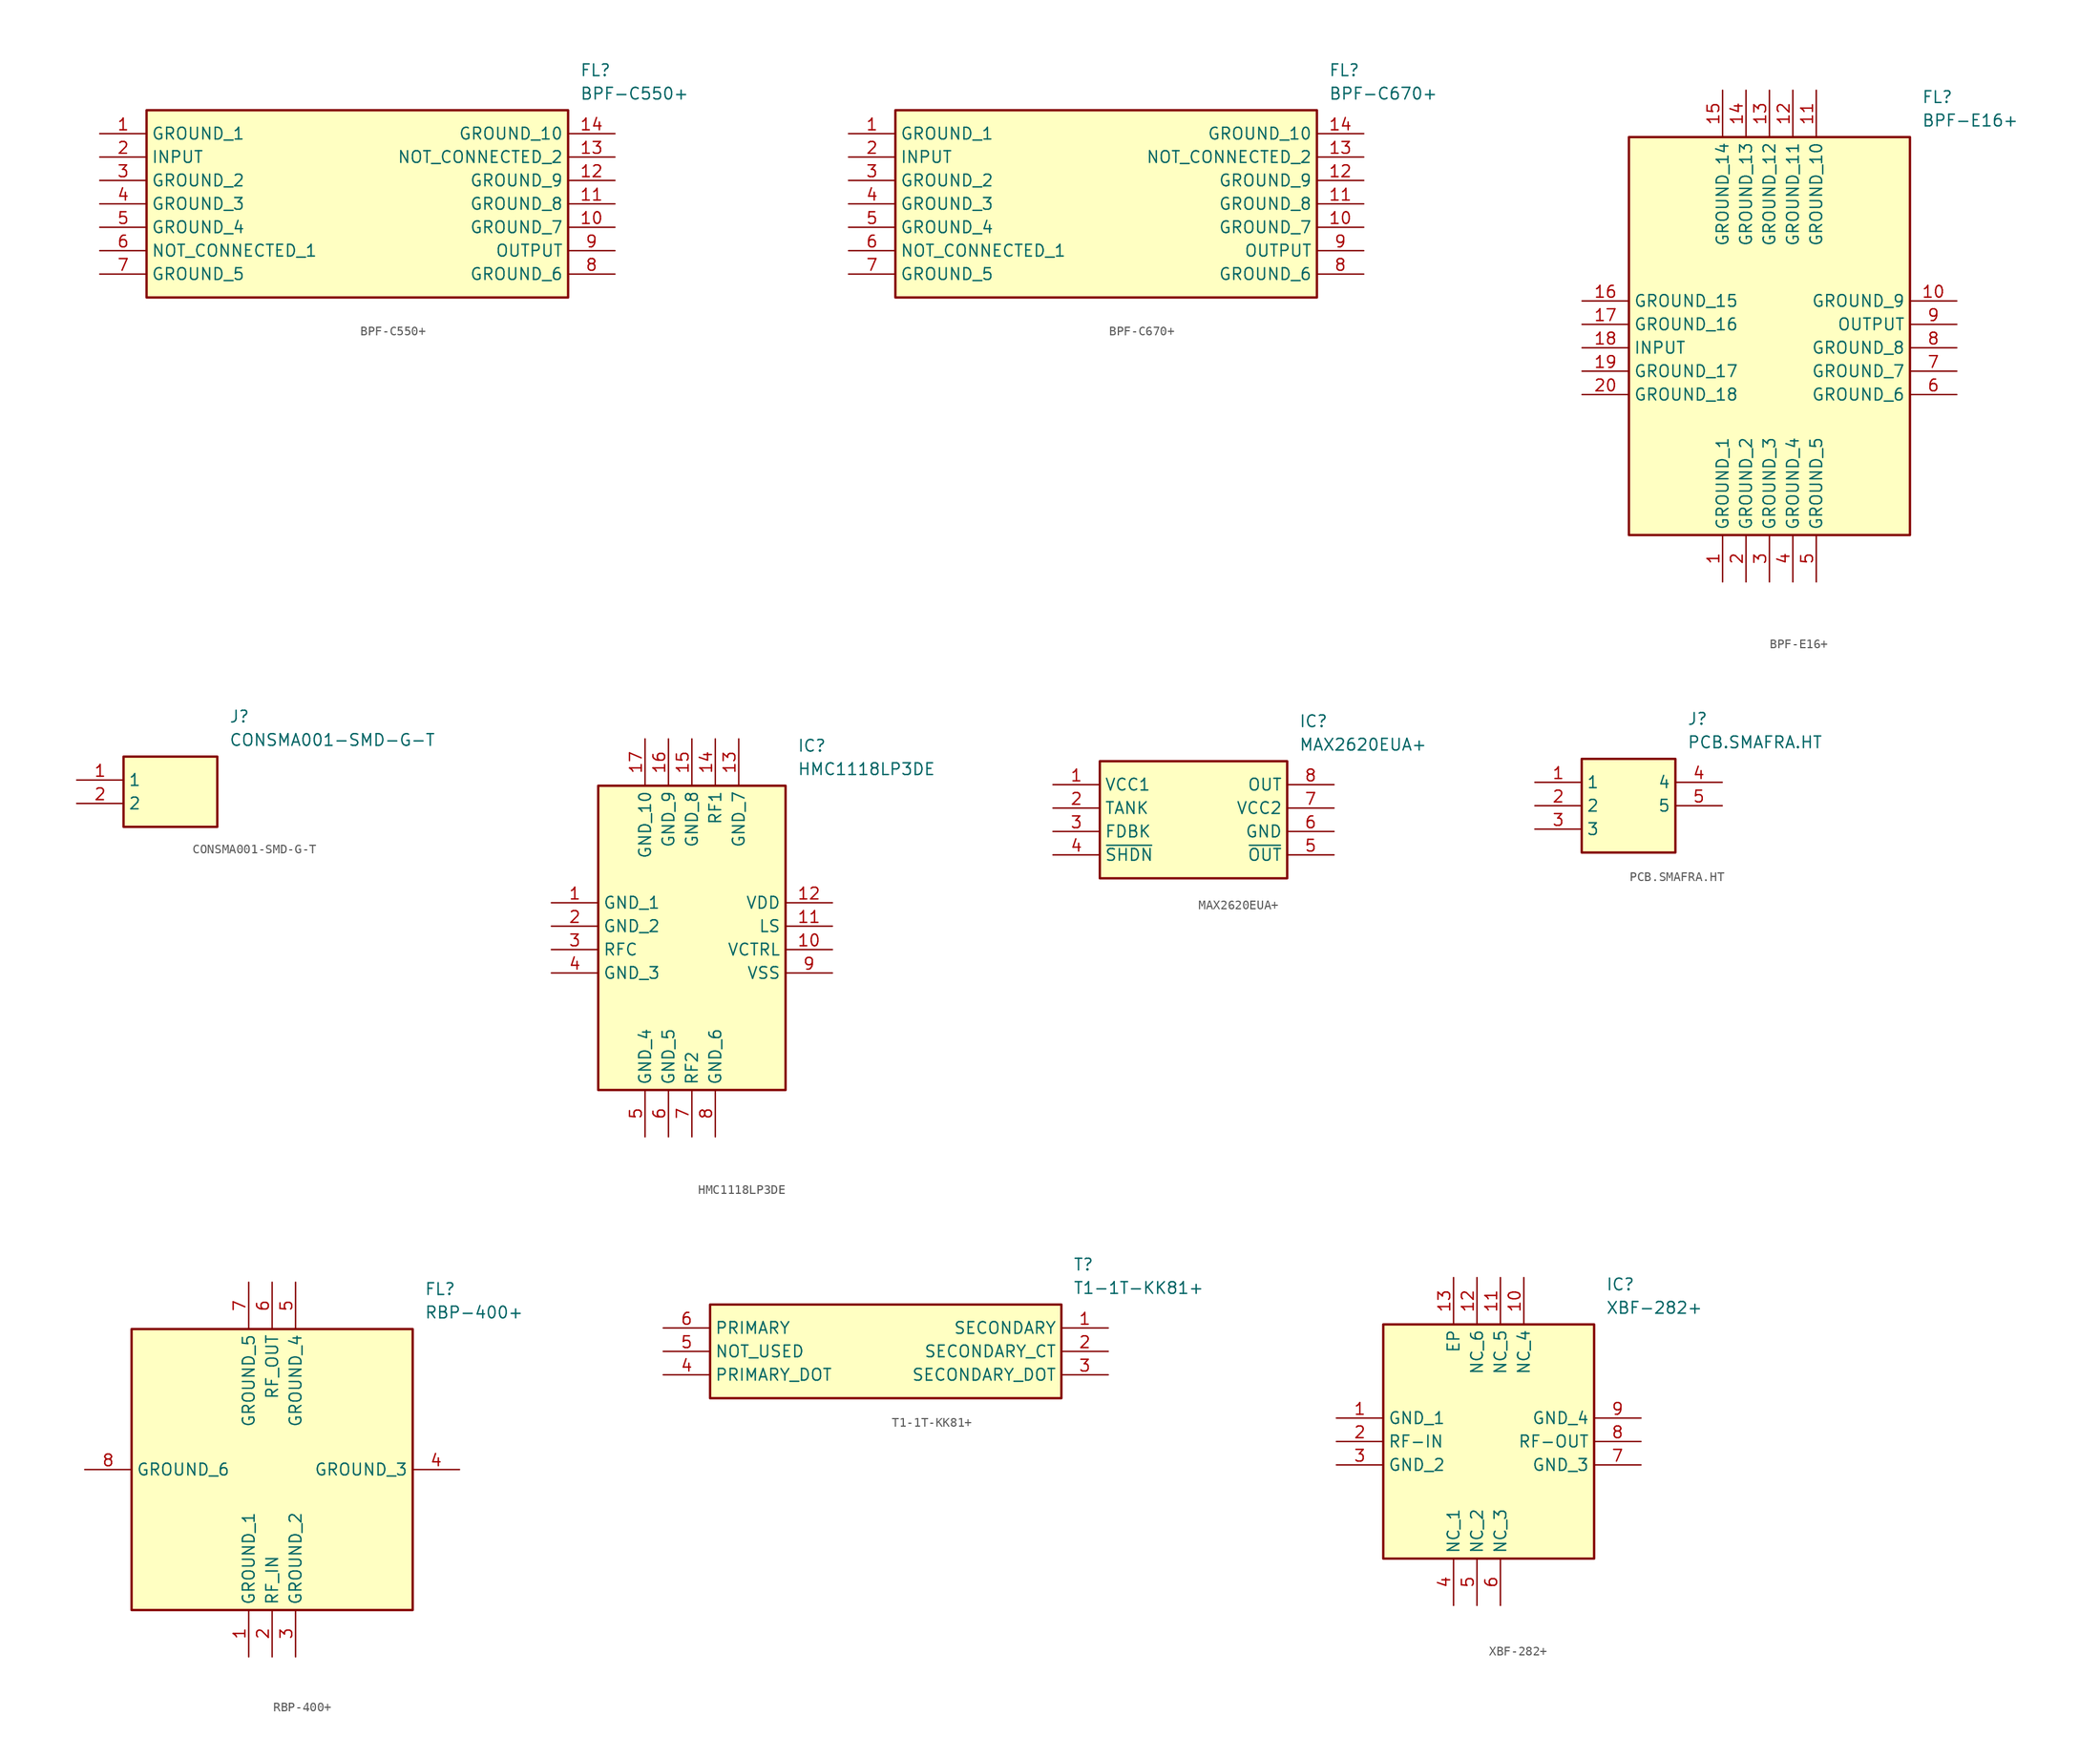
<source format=kicad_sym>
(kicad_symbol_lib
  (version 20220914)
  (generator kicad_symbol_editor)
  (symbol "BPF-C550+"
    (property "Reference" "FL"
      (at 52.07 7.62 0)
      (effects (font (size 1.27 1.27)) (justify left top)))
    (property "Value" "BPF-C550+"
      (at 52.07 5.08 0)
      (effects (font (size 1.27 1.27)) (justify left top)))
    (symbol "BPF-C550+_1_1"
      (rectangle (start 5.08 2.54) (end 50.8 -17.78) (stroke (width 0.254) (type default)) (fill (type background)))
      (pin passive line (at 0 0 0) (length 5.08) (name "GROUND_1" (effects (font (size 1.27 1.27)))) (number "1" (effects (font (size 1.27 1.27)))))
      (pin passive line (at 55.88 -10.16 180) (length 5.08) (name "GROUND_7" (effects (font (size 1.27 1.27)))) (number "10" (effects (font (size 1.27 1.27)))))
      (pin passive line (at 55.88 -7.62 180) (length 5.08) (name "GROUND_8" (effects (font (size 1.27 1.27)))) (number "11" (effects (font (size 1.27 1.27)))))
      (pin passive line (at 55.88 -5.08 180) (length 5.08) (name "GROUND_9" (effects (font (size 1.27 1.27)))) (number "12" (effects (font (size 1.27 1.27)))))
      (pin passive line (at 55.88 -2.54 180) (length 5.08) (name "NOT_CONNECTED_2" (effects (font (size 1.27 1.27)))) (number "13" (effects (font (size 1.27 1.27)))))
      (pin passive line (at 55.88 0 180) (length 5.08) (name "GROUND_10" (effects (font (size 1.27 1.27)))) (number "14" (effects (font (size 1.27 1.27)))))
      (pin passive line (at 0 -2.54 0) (length 5.08) (name "INPUT" (effects (font (size 1.27 1.27)))) (number "2" (effects (font (size 1.27 1.27)))))
      (pin passive line (at 0 -5.08 0) (length 5.08) (name "GROUND_2" (effects (font (size 1.27 1.27)))) (number "3" (effects (font (size 1.27 1.27)))))
      (pin passive line (at 0 -7.62 0) (length 5.08) (name "GROUND_3" (effects (font (size 1.27 1.27)))) (number "4" (effects (font (size 1.27 1.27)))))
      (pin passive line (at 0 -10.16 0) (length 5.08) (name "GROUND_4" (effects (font (size 1.27 1.27)))) (number "5" (effects (font (size 1.27 1.27)))))
      (pin passive line (at 0 -12.7 0) (length 5.08) (name "NOT_CONNECTED_1" (effects (font (size 1.27 1.27)))) (number "6" (effects (font (size 1.27 1.27)))))
      (pin passive line (at 0 -15.24 0) (length 5.08) (name "GROUND_5" (effects (font (size 1.27 1.27)))) (number "7" (effects (font (size 1.27 1.27)))))
      (pin passive line (at 55.88 -15.24 180) (length 5.08) (name "GROUND_6" (effects (font (size 1.27 1.27)))) (number "8" (effects (font (size 1.27 1.27)))))
      (pin passive line (at 55.88 -12.7 180) (length 5.08) (name "OUTPUT" (effects (font (size 1.27 1.27)))) (number "9" (effects (font (size 1.27 1.27)))))))
  (symbol "BPF-C670+"
    (property "Reference" "FL"
      (at 52.07 7.62 0)
      (effects (font (size 1.27 1.27)) (justify left top)))
    (property "Value" "BPF-C670+"
      (at 52.07 5.08 0)
      (effects (font (size 1.27 1.27)) (justify left top)))
    (symbol "BPF-C670+_1_1"
      (rectangle (start 5.08 2.54) (end 50.8 -17.78) (stroke (width 0.254) (type default)) (fill (type background)))
      (pin passive line (at 0 0 0) (length 5.08) (name "GROUND_1" (effects (font (size 1.27 1.27)))) (number "1" (effects (font (size 1.27 1.27)))))
      (pin passive line (at 55.88 -10.16 180) (length 5.08) (name "GROUND_7" (effects (font (size 1.27 1.27)))) (number "10" (effects (font (size 1.27 1.27)))))
      (pin passive line (at 55.88 -7.62 180) (length 5.08) (name "GROUND_8" (effects (font (size 1.27 1.27)))) (number "11" (effects (font (size 1.27 1.27)))))
      (pin passive line (at 55.88 -5.08 180) (length 5.08) (name "GROUND_9" (effects (font (size 1.27 1.27)))) (number "12" (effects (font (size 1.27 1.27)))))
      (pin passive line (at 55.88 -2.54 180) (length 5.08) (name "NOT_CONNECTED_2" (effects (font (size 1.27 1.27)))) (number "13" (effects (font (size 1.27 1.27)))))
      (pin passive line (at 55.88 0 180) (length 5.08) (name "GROUND_10" (effects (font (size 1.27 1.27)))) (number "14" (effects (font (size 1.27 1.27)))))
      (pin passive line (at 0 -2.54 0) (length 5.08) (name "INPUT" (effects (font (size 1.27 1.27)))) (number "2" (effects (font (size 1.27 1.27)))))
      (pin passive line (at 0 -5.08 0) (length 5.08) (name "GROUND_2" (effects (font (size 1.27 1.27)))) (number "3" (effects (font (size 1.27 1.27)))))
      (pin passive line (at 0 -7.62 0) (length 5.08) (name "GROUND_3" (effects (font (size 1.27 1.27)))) (number "4" (effects (font (size 1.27 1.27)))))
      (pin passive line (at 0 -10.16 0) (length 5.08) (name "GROUND_4" (effects (font (size 1.27 1.27)))) (number "5" (effects (font (size 1.27 1.27)))))
      (pin passive line (at 0 -12.7 0) (length 5.08) (name "NOT_CONNECTED_1" (effects (font (size 1.27 1.27)))) (number "6" (effects (font (size 1.27 1.27)))))
      (pin passive line (at 0 -15.24 0) (length 5.08) (name "GROUND_5" (effects (font (size 1.27 1.27)))) (number "7" (effects (font (size 1.27 1.27)))))
      (pin passive line (at 55.88 -15.24 180) (length 5.08) (name "GROUND_6" (effects (font (size 1.27 1.27)))) (number "8" (effects (font (size 1.27 1.27)))))
      (pin passive line (at 55.88 -12.7 180) (length 5.08) (name "OUTPUT" (effects (font (size 1.27 1.27)))) (number "9" (effects (font (size 1.27 1.27)))))))
  (symbol "BPF-E16+"
    (property "Reference" "FL"
      (at 36.83 22.86 0)
      (effects (font (size 1.27 1.27)) (justify left top)))
    (property "Value" "BPF-E16+"
      (at 36.83 20.32 0)
      (effects (font (size 1.27 1.27)) (justify left top)))
    (symbol "BPF-E16+_1_1"
      (rectangle (start 5.08 17.78) (end 35.56 -25.4) (stroke (width 0.254) (type default)) (fill (type background)))
      (pin passive line (at 15.24 -30.48 90) (length 5.08) (name "GROUND_1" (effects (font (size 1.27 1.27)))) (number "1" (effects (font (size 1.27 1.27)))))
      (pin passive line (at 40.64 0 180) (length 5.08) (name "GROUND_9" (effects (font (size 1.27 1.27)))) (number "10" (effects (font (size 1.27 1.27)))))
      (pin passive line (at 25.4 22.86 270) (length 5.08) (name "GROUND_10" (effects (font (size 1.27 1.27)))) (number "11" (effects (font (size 1.27 1.27)))))
      (pin passive line (at 22.86 22.86 270) (length 5.08) (name "GROUND_11" (effects (font (size 1.27 1.27)))) (number "12" (effects (font (size 1.27 1.27)))))
      (pin passive line (at 20.32 22.86 270) (length 5.08) (name "GROUND_12" (effects (font (size 1.27 1.27)))) (number "13" (effects (font (size 1.27 1.27)))))
      (pin passive line (at 17.78 22.86 270) (length 5.08) (name "GROUND_13" (effects (font (size 1.27 1.27)))) (number "14" (effects (font (size 1.27 1.27)))))
      (pin passive line (at 15.24 22.86 270) (length 5.08) (name "GROUND_14" (effects (font (size 1.27 1.27)))) (number "15" (effects (font (size 1.27 1.27)))))
      (pin passive line (at 0 0 0) (length 5.08) (name "GROUND_15" (effects (font (size 1.27 1.27)))) (number "16" (effects (font (size 1.27 1.27)))))
      (pin passive line (at 0 -2.54 0) (length 5.08) (name "GROUND_16" (effects (font (size 1.27 1.27)))) (number "17" (effects (font (size 1.27 1.27)))))
      (pin passive line (at 0 -5.08 0) (length 5.08) (name "INPUT" (effects (font (size 1.27 1.27)))) (number "18" (effects (font (size 1.27 1.27)))))
      (pin passive line (at 0 -7.62 0) (length 5.08) (name "GROUND_17" (effects (font (size 1.27 1.27)))) (number "19" (effects (font (size 1.27 1.27)))))
      (pin passive line (at 17.78 -30.48 90) (length 5.08) (name "GROUND_2" (effects (font (size 1.27 1.27)))) (number "2" (effects (font (size 1.27 1.27)))))
      (pin passive line (at 0 -10.16 0) (length 5.08) (name "GROUND_18" (effects (font (size 1.27 1.27)))) (number "20" (effects (font (size 1.27 1.27)))))
      (pin passive line (at 20.32 -30.48 90) (length 5.08) (name "GROUND_3" (effects (font (size 1.27 1.27)))) (number "3" (effects (font (size 1.27 1.27)))))
      (pin passive line (at 22.86 -30.48 90) (length 5.08) (name "GROUND_4" (effects (font (size 1.27 1.27)))) (number "4" (effects (font (size 1.27 1.27)))))
      (pin passive line (at 25.4 -30.48 90) (length 5.08) (name "GROUND_5" (effects (font (size 1.27 1.27)))) (number "5" (effects (font (size 1.27 1.27)))))
      (pin passive line (at 40.64 -10.16 180) (length 5.08) (name "GROUND_6" (effects (font (size 1.27 1.27)))) (number "6" (effects (font (size 1.27 1.27)))))
      (pin passive line (at 40.64 -7.62 180) (length 5.08) (name "GROUND_7" (effects (font (size 1.27 1.27)))) (number "7" (effects (font (size 1.27 1.27)))))
      (pin passive line (at 40.64 -5.08 180) (length 5.08) (name "GROUND_8" (effects (font (size 1.27 1.27)))) (number "8" (effects (font (size 1.27 1.27)))))
      (pin passive line (at 40.64 -2.54 180) (length 5.08) (name "OUTPUT" (effects (font (size 1.27 1.27)))) (number "9" (effects (font (size 1.27 1.27)))))))
  (symbol "CONSMA001-SMD-G-T"
    (property "Reference" "J"
      (at 16.51 7.62 0)
      (effects (font (size 1.27 1.27)) (justify left top)))
    (property "Value" "CONSMA001-SMD-G-T"
      (at 16.51 5.08 0)
      (effects (font (size 1.27 1.27)) (justify left top)))
    (symbol "CONSMA001-SMD-G-T_1_1"
      (rectangle (start 5.08 2.54) (end 15.24 -5.08) (stroke (width 0.254) (type default)) (fill (type background)))
      (pin passive line (at 0 0 0) (length 5.08) (name "1" (effects (font (size 1.27 1.27)))) (number "1" (effects (font (size 1.27 1.27)))))
      (pin passive line (at 0 -2.54 0) (length 5.08) (name "2" (effects (font (size 1.27 1.27)))) (number "2" (effects (font (size 1.27 1.27)))))))
  (symbol "HMC1118LP3DE"
    (property "Reference" "IC"
      (at 26.67 17.78 0)
      (effects (font (size 1.27 1.27)) (justify left top)))
    (property "Value" "HMC1118LP3DE"
      (at 26.67 15.24 0)
      (effects (font (size 1.27 1.27)) (justify left top)))
    (symbol "HMC1118LP3DE_1_1"
      (rectangle (start 5.08 12.7) (end 25.4 -20.32) (stroke (width 0.254) (type default)) (fill (type background)))
      (pin passive line (at 0 0 0) (length 5.08) (name "GND_1" (effects (font (size 1.27 1.27)))) (number "1" (effects (font (size 1.27 1.27)))))
      (pin passive line (at 30.48 -5.08 180) (length 5.08) (name "VCTRL" (effects (font (size 1.27 1.27)))) (number "10" (effects (font (size 1.27 1.27)))))
      (pin passive line (at 30.48 -2.54 180) (length 5.08) (name "LS" (effects (font (size 1.27 1.27)))) (number "11" (effects (font (size 1.27 1.27)))))
      (pin passive line (at 30.48 0 180) (length 5.08) (name "VDD" (effects (font (size 1.27 1.27)))) (number "12" (effects (font (size 1.27 1.27)))))
      (pin passive line (at 20.32 17.78 270) (length 5.08) (name "GND_7" (effects (font (size 1.27 1.27)))) (number "13" (effects (font (size 1.27 1.27)))))
      (pin passive line (at 17.78 17.78 270) (length 5.08) (name "RF1" (effects (font (size 1.27 1.27)))) (number "14" (effects (font (size 1.27 1.27)))))
      (pin passive line (at 15.24 17.78 270) (length 5.08) (name "GND_8" (effects (font (size 1.27 1.27)))) (number "15" (effects (font (size 1.27 1.27)))))
      (pin passive line (at 12.7 17.78 270) (length 5.08) (name "GND_9" (effects (font (size 1.27 1.27)))) (number "16" (effects (font (size 1.27 1.27)))))
      (pin passive line (at 10.16 17.78 270) (length 5.08) (name "GND_10" (effects (font (size 1.27 1.27)))) (number "17" (effects (font (size 1.27 1.27)))))
      (pin passive line (at 0 -2.54 0) (length 5.08) (name "GND_2" (effects (font (size 1.27 1.27)))) (number "2" (effects (font (size 1.27 1.27)))))
      (pin passive line (at 0 -5.08 0) (length 5.08) (name "RFC" (effects (font (size 1.27 1.27)))) (number "3" (effects (font (size 1.27 1.27)))))
      (pin passive line (at 0 -7.62 0) (length 5.08) (name "GND_3" (effects (font (size 1.27 1.27)))) (number "4" (effects (font (size 1.27 1.27)))))
      (pin passive line (at 10.16 -25.4 90) (length 5.08) (name "GND_4" (effects (font (size 1.27 1.27)))) (number "5" (effects (font (size 1.27 1.27)))))
      (pin passive line (at 12.7 -25.4 90) (length 5.08) (name "GND_5" (effects (font (size 1.27 1.27)))) (number "6" (effects (font (size 1.27 1.27)))))
      (pin passive line (at 15.24 -25.4 90) (length 5.08) (name "RF2" (effects (font (size 1.27 1.27)))) (number "7" (effects (font (size 1.27 1.27)))))
      (pin passive line (at 17.78 -25.4 90) (length 5.08) (name "GND_6" (effects (font (size 1.27 1.27)))) (number "8" (effects (font (size 1.27 1.27)))))
      (pin passive line (at 30.48 -7.62 180) (length 5.08) (name "VSS" (effects (font (size 1.27 1.27)))) (number "9" (effects (font (size 1.27 1.27)))))))
  (symbol "MAX2620EUA+"
    (property "Reference" "IC"
      (at 26.67 7.62 0)
      (effects (font (size 1.27 1.27)) (justify left top)))
    (property "Value" "MAX2620EUA+"
      (at 26.67 5.08 0)
      (effects (font (size 1.27 1.27)) (justify left top)))
    (symbol "MAX2620EUA+_1_1"
      (rectangle (start 5.08 2.54) (end 25.4 -10.16) (stroke (width 0.254) (type default)) (fill (type background)))
      (pin passive line (at 0 0 0) (length 5.08) (name "VCC1" (effects (font (size 1.27 1.27)))) (number "1" (effects (font (size 1.27 1.27)))))
      (pin passive line (at 0 -2.54 0) (length 5.08) (name "TANK" (effects (font (size 1.27 1.27)))) (number "2" (effects (font (size 1.27 1.27)))))
      (pin passive line (at 0 -5.08 0) (length 5.08) (name "FDBK" (effects (font (size 1.27 1.27)))) (number "3" (effects (font (size 1.27 1.27)))))
      (pin passive line (at 0 -7.62 0) (length 5.08) (name "~{SHDN}" (effects (font (size 1.27 1.27)))) (number "4" (effects (font (size 1.27 1.27)))))
      (pin passive line (at 30.48 -7.62 180) (length 5.08) (name "~{OUT}" (effects (font (size 1.27 1.27)))) (number "5" (effects (font (size 1.27 1.27)))))
      (pin passive line (at 30.48 -5.08 180) (length 5.08) (name "GND" (effects (font (size 1.27 1.27)))) (number "6" (effects (font (size 1.27 1.27)))))
      (pin passive line (at 30.48 -2.54 180) (length 5.08) (name "VCC2" (effects (font (size 1.27 1.27)))) (number "7" (effects (font (size 1.27 1.27)))))
      (pin passive line (at 30.48 0 180) (length 5.08) (name "OUT" (effects (font (size 1.27 1.27)))) (number "8" (effects (font (size 1.27 1.27)))))))
  (symbol "PCB.SMAFRA.HT"
    (property "Reference" "J"
      (at 16.51 7.62 0)
      (effects (font (size 1.27 1.27)) (justify left top)))
    (property "Value" "PCB.SMAFRA.HT"
      (at 16.51 5.08 0)
      (effects (font (size 1.27 1.27)) (justify left top)))
    (symbol "PCB.SMAFRA.HT_1_1"
      (rectangle (start 5.08 2.54) (end 15.24 -7.62) (stroke (width 0.254) (type default)) (fill (type background)))
      (pin passive line (at 0 0 0) (length 5.08) (name "1" (effects (font (size 1.27 1.27)))) (number "1" (effects (font (size 1.27 1.27)))))
      (pin passive line (at 0 -2.54 0) (length 5.08) (name "2" (effects (font (size 1.27 1.27)))) (number "2" (effects (font (size 1.27 1.27)))))
      (pin passive line (at 0 -5.08 0) (length 5.08) (name "3" (effects (font (size 1.27 1.27)))) (number "3" (effects (font (size 1.27 1.27)))))
      (pin passive line (at 20.32 0 180) (length 5.08) (name "4" (effects (font (size 1.27 1.27)))) (number "4" (effects (font (size 1.27 1.27)))))
      (pin passive line (at 20.32 -2.54 180) (length 5.08) (name "5" (effects (font (size 1.27 1.27)))) (number "5" (effects (font (size 1.27 1.27)))))))
  (symbol "RBP-400+"
    (property "Reference" "FL"
      (at 36.83 20.32 0)
      (effects (font (size 1.27 1.27)) (justify left top)))
    (property "Value" "RBP-400+"
      (at 36.83 17.78 0)
      (effects (font (size 1.27 1.27)) (justify left top)))
    (symbol "RBP-400+_1_1"
      (rectangle (start 5.08 15.24) (end 35.56 -15.24) (stroke (width 0.254) (type default)) (fill (type background)))
      (pin passive line (at 17.78 -20.32 90) (length 5.08) (name "GROUND_1" (effects (font (size 1.27 1.27)))) (number "1" (effects (font (size 1.27 1.27)))))
      (pin passive line (at 20.32 -20.32 90) (length 5.08) (name "RF_IN" (effects (font (size 1.27 1.27)))) (number "2" (effects (font (size 1.27 1.27)))))
      (pin passive line (at 22.86 -20.32 90) (length 5.08) (name "GROUND_2" (effects (font (size 1.27 1.27)))) (number "3" (effects (font (size 1.27 1.27)))))
      (pin passive line (at 40.64 0 180) (length 5.08) (name "GROUND_3" (effects (font (size 1.27 1.27)))) (number "4" (effects (font (size 1.27 1.27)))))
      (pin passive line (at 22.86 20.32 270) (length 5.08) (name "GROUND_4" (effects (font (size 1.27 1.27)))) (number "5" (effects (font (size 1.27 1.27)))))
      (pin passive line (at 20.32 20.32 270) (length 5.08) (name "RF_OUT" (effects (font (size 1.27 1.27)))) (number "6" (effects (font (size 1.27 1.27)))))
      (pin passive line (at 17.78 20.32 270) (length 5.08) (name "GROUND_5" (effects (font (size 1.27 1.27)))) (number "7" (effects (font (size 1.27 1.27)))))
      (pin passive line (at 0 0 0) (length 5.08) (name "GROUND_6" (effects (font (size 1.27 1.27)))) (number "8" (effects (font (size 1.27 1.27)))))))
  (symbol "T1-1T-KK81+"
    (property "Reference" "T"
      (at 44.45 7.62 0)
      (effects (font (size 1.27 1.27)) (justify left top)))
    (property "Value" "T1-1T-KK81+"
      (at 44.45 5.08 0)
      (effects (font (size 1.27 1.27)) (justify left top)))
    (symbol "T1-1T-KK81+_1_1"
      (rectangle (start 5.08 2.54) (end 43.18 -7.62) (stroke (width 0.254) (type default)) (fill (type background)))
      (pin passive line (at 48.26 0 180) (length 5.08) (name "SECONDARY" (effects (font (size 1.27 1.27)))) (number "1" (effects (font (size 1.27 1.27)))))
      (pin passive line (at 48.26 -2.54 180) (length 5.08) (name "SECONDARY_CT" (effects (font (size 1.27 1.27)))) (number "2" (effects (font (size 1.27 1.27)))))
      (pin passive line (at 48.26 -5.08 180) (length 5.08) (name "SECONDARY_DOT" (effects (font (size 1.27 1.27)))) (number "3" (effects (font (size 1.27 1.27)))))
      (pin passive line (at 0 -5.08 0) (length 5.08) (name "PRIMARY_DOT" (effects (font (size 1.27 1.27)))) (number "4" (effects (font (size 1.27 1.27)))))
      (pin passive line (at 0 -2.54 0) (length 5.08) (name "NOT_USED" (effects (font (size 1.27 1.27)))) (number "5" (effects (font (size 1.27 1.27)))))
      (pin passive line (at 0 0 0) (length 5.08) (name "PRIMARY" (effects (font (size 1.27 1.27)))) (number "6" (effects (font (size 1.27 1.27)))))))
  (symbol "XBF-282+"
    (property "Reference" "IC"
      (at 29.21 15.24 0)
      (effects (font (size 1.27 1.27)) (justify left top)))
    (property "Value" "XBF-282+"
      (at 29.21 12.7 0)
      (effects (font (size 1.27 1.27)) (justify left top)))
    (symbol "XBF-282+_1_1"
      (rectangle (start 5.08 10.16) (end 27.94 -15.24) (stroke (width 0.254) (type default)) (fill (type background)))
      (pin passive line (at 0 0 0) (length 5.08) (name "GND_1" (effects (font (size 1.27 1.27)))) (number "1" (effects (font (size 1.27 1.27)))))
      (pin passive line (at 20.32 15.24 270) (length 5.08) (name "NC_4" (effects (font (size 1.27 1.27)))) (number "10" (effects (font (size 1.27 1.27)))))
      (pin passive line (at 17.78 15.24 270) (length 5.08) (name "NC_5" (effects (font (size 1.27 1.27)))) (number "11" (effects (font (size 1.27 1.27)))))
      (pin passive line (at 15.24 15.24 270) (length 5.08) (name "NC_6" (effects (font (size 1.27 1.27)))) (number "12" (effects (font (size 1.27 1.27)))))
      (pin passive line (at 12.7 15.24 270) (length 5.08) (name "EP" (effects (font (size 1.27 1.27)))) (number "13" (effects (font (size 1.27 1.27)))))
      (pin passive line (at 0 -2.54 0) (length 5.08) (name "RF-IN" (effects (font (size 1.27 1.27)))) (number "2" (effects (font (size 1.27 1.27)))))
      (pin passive line (at 0 -5.08 0) (length 5.08) (name "GND_2" (effects (font (size 1.27 1.27)))) (number "3" (effects (font (size 1.27 1.27)))))
      (pin passive line (at 12.7 -20.32 90) (length 5.08) (name "NC_1" (effects (font (size 1.27 1.27)))) (number "4" (effects (font (size 1.27 1.27)))))
      (pin passive line (at 15.24 -20.32 90) (length 5.08) (name "NC_2" (effects (font (size 1.27 1.27)))) (number "5" (effects (font (size 1.27 1.27)))))
      (pin passive line (at 17.78 -20.32 90) (length 5.08) (name "NC_3" (effects (font (size 1.27 1.27)))) (number "6" (effects (font (size 1.27 1.27)))))
      (pin passive line (at 33.02 -5.08 180) (length 5.08) (name "GND_3" (effects (font (size 1.27 1.27)))) (number "7" (effects (font (size 1.27 1.27)))))
      (pin passive line (at 33.02 -2.54 180) (length 5.08) (name "RF-OUT" (effects (font (size 1.27 1.27)))) (number "8" (effects (font (size 1.27 1.27)))))
      (pin passive line (at 33.02 0 180) (length 5.08) (name "GND_4" (effects (font (size 1.27 1.27)))) (number "9" (effects (font (size 1.27 1.27))))))))
</source>
